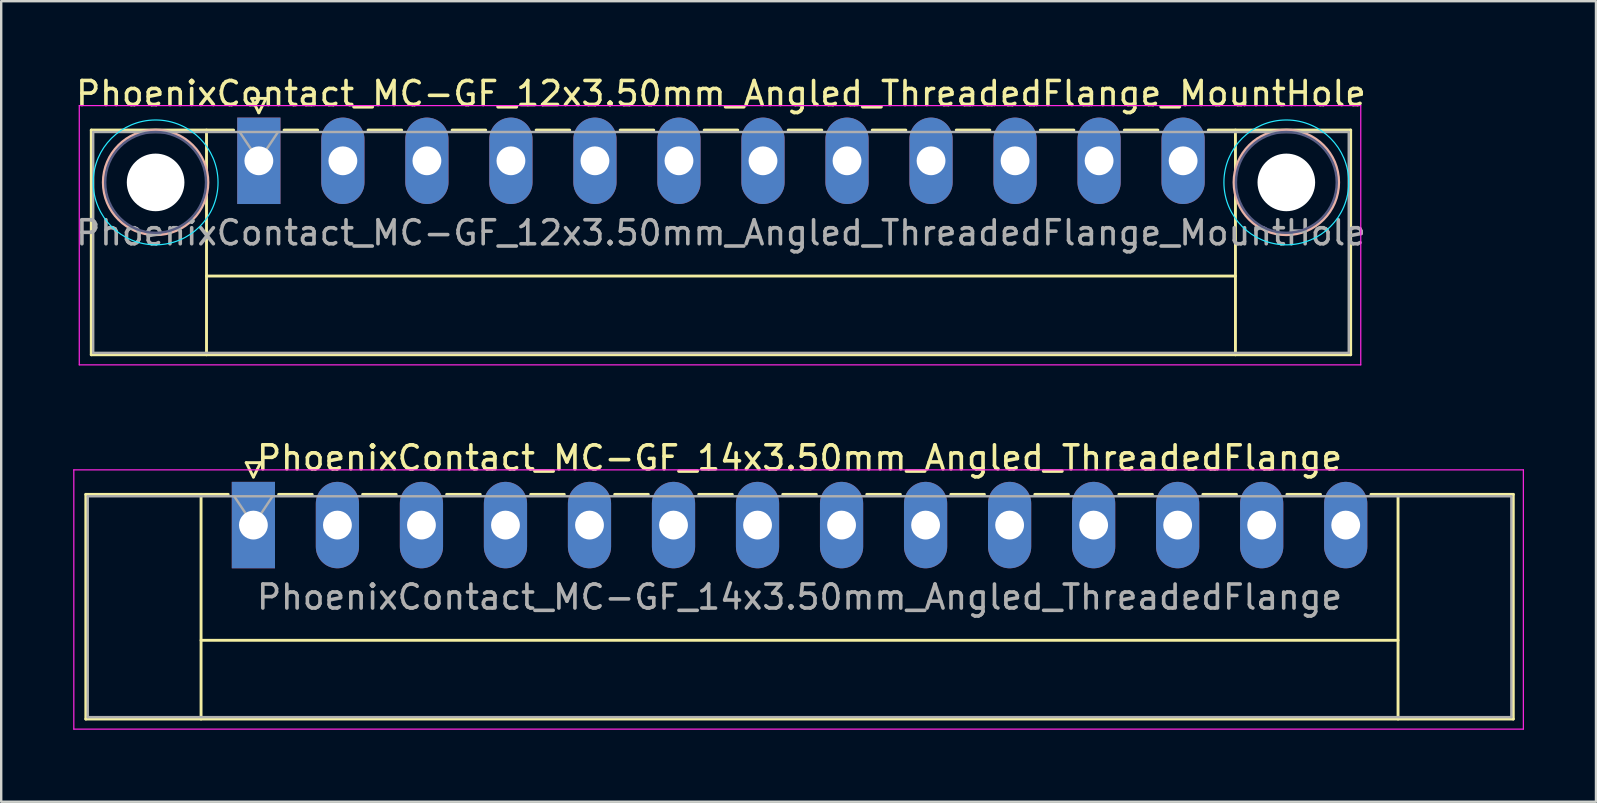
<source format=kicad_pcb>
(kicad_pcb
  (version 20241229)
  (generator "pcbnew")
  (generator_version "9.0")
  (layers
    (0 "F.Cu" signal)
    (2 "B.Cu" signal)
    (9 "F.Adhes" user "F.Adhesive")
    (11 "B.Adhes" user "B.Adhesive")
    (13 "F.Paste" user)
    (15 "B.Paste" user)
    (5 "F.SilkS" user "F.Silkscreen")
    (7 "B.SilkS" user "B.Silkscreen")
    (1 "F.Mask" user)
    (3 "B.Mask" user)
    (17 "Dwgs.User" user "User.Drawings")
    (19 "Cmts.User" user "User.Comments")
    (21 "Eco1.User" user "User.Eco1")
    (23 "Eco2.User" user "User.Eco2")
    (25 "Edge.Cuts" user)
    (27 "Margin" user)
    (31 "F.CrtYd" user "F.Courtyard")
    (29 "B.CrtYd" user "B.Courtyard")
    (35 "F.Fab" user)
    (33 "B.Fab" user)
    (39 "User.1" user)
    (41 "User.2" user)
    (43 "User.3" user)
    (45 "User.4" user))
  (footprint "PhoenixContact_MC-GF_12x3.50mm_Angled_ThreadedFlange_MountHole"
    (layer "F.Cu")
    (at 7.732 3.648)
    (property "Reference" "PhoenixContact_MC-GF_12x3.50mm_Angled_ThreadedFlange_MountHole" (at 19.25 -2.8 0) (layer "F.SilkS") (effects (font (size 1 1) (thickness 0.15))))
    (attr through_hole)
    (fp_line (start -6.98 -1.28) (end -6.98 8.08) (stroke (width 0.12) (type solid)) (layer "F.SilkS"))
    (fp_line (start -6.98 -1.28) (end -1.05 -1.28) (stroke (width 0.12) (type solid)) (layer "F.SilkS"))
    (fp_line (start -6.98 8.08) (end 45.48 8.08) (stroke (width 0.12) (type solid)) (layer "F.SilkS"))
    (fp_line (start -2.18 -1.28) (end -2.18 8.08) (stroke (width 0.12) (type solid)) (layer "F.SilkS"))
    (fp_line (start -2.18 4.8) (end 40.68 4.8) (stroke (width 0.12) (type solid)) (layer "F.SilkS"))
    (fp_line (start -0.3 -2.6) (end 0.3 -2.6) (stroke (width 0.12) (type solid)) (layer "F.SilkS"))
    (fp_line (start 0 -2) (end -0.3 -2.6) (stroke (width 0.12) (type solid)) (layer "F.SilkS"))
    (fp_line (start 0.3 -2.6) (end 0 -2) (stroke (width 0.12) (type solid)) (layer "F.SilkS"))
    (fp_line (start 1.05 -1.28) (end 2.45 -1.28) (stroke (width 0.12) (type solid)) (layer "F.SilkS"))
    (fp_line (start 4.55 -1.28) (end 5.95 -1.28) (stroke (width 0.12) (type solid)) (layer "F.SilkS"))
    (fp_line (start 8.05 -1.28) (end 9.45 -1.28) (stroke (width 0.12) (type solid)) (layer "F.SilkS"))
    (fp_line (start 11.55 -1.28) (end 12.95 -1.28) (stroke (width 0.12) (type solid)) (layer "F.SilkS"))
    (fp_line (start 15.05 -1.28) (end 16.45 -1.28) (stroke (width 0.12) (type solid)) (layer "F.SilkS"))
    (fp_line (start 18.55 -1.28) (end 19.95 -1.28) (stroke (width 0.12) (type solid)) (layer "F.SilkS"))
    (fp_line (start 22.05 -1.28) (end 23.45 -1.28) (stroke (width 0.12) (type solid)) (layer "F.SilkS"))
    (fp_line (start 25.55 -1.28) (end 26.95 -1.28) (stroke (width 0.12) (type solid)) (layer "F.SilkS"))
    (fp_line (start 29.05 -1.28) (end 30.45 -1.28) (stroke (width 0.12) (type solid)) (layer "F.SilkS"))
    (fp_line (start 32.55 -1.28) (end 33.95 -1.28) (stroke (width 0.12) (type solid)) (layer "F.SilkS"))
    (fp_line (start 36.05 -1.28) (end 37.45 -1.28) (stroke (width 0.12) (type solid)) (layer "F.SilkS"))
    (fp_line (start 40.68 -1.28) (end 40.68 8.08) (stroke (width 0.12) (type solid)) (layer "F.SilkS"))
    (fp_line (start 45.48 -1.28) (end 39.55 -1.28) (stroke (width 0.12) (type solid)) (layer "F.SilkS"))
    (fp_line (start 45.48 8.08) (end 45.48 -1.28) (stroke (width 0.12) (type solid)) (layer "F.SilkS"))
    (fp_circle (center -4.3 0.9) (end -2.12 0.9) (stroke (width 0.12) (type solid)) (fill no) (layer "B.SilkS"))
    (fp_circle (center 42.8 0.9) (end 44.98 0.9) (stroke (width 0.12) (type solid)) (fill no) (layer "B.SilkS"))
    (fp_circle (center -4.3 0.9) (end -1.7 0.9) (stroke (width 0.05) (type solid)) (fill no) (layer "B.CrtYd"))
    (fp_circle (center 42.8 0.9) (end 45.4 0.9) (stroke (width 0.05) (type solid)) (fill no) (layer "B.CrtYd"))
    (fp_line (start -7.48 -2.3) (end -7.48 8.5) (stroke (width 0.05) (type solid)) (layer "F.CrtYd"))
    (fp_line (start -7.48 8.5) (end 45.9 8.5) (stroke (width 0.05) (type solid)) (layer "F.CrtYd"))
    (fp_line (start 45.9 -2.3) (end -7.48 -2.3) (stroke (width 0.05) (type solid)) (layer "F.CrtYd"))
    (fp_line (start 45.9 8.5) (end 45.9 -2.3) (stroke (width 0.05) (type solid)) (layer "F.CrtYd"))
    (fp_circle (center -4.3 0.9) (end -2.2 0.9) (stroke (width 0.1) (type solid)) (fill no) (layer "B.Fab"))
    (fp_circle (center 42.8 0.9) (end 44.9 0.9) (stroke (width 0.1) (type solid)) (fill no) (layer "B.Fab"))
    (fp_line (start -6.9 -1.2) (end -6.9 8) (stroke (width 0.1) (type solid)) (layer "F.Fab"))
    (fp_line (start -6.9 8) (end 45.4 8) (stroke (width 0.1) (type solid)) (layer "F.Fab"))
    (fp_line (start 0 0) (end -0.8 -1.2) (stroke (width 0.1) (type solid)) (layer "F.Fab"))
    (fp_line (start 0.8 -1.2) (end 0 0) (stroke (width 0.1) (type solid)) (layer "F.Fab"))
    (fp_line (start 45.4 -1.2) (end -6.9 -1.2) (stroke (width 0.1) (type solid)) (layer "F.Fab"))
    (fp_line (start 45.4 8) (end 45.4 -1.2) (stroke (width 0.1) (type solid)) (layer "F.Fab"))
    (fp_text user "${REFERENCE}" (at 19.25 3 0) (layer "F.Fab") (effects (font (size 1 1) (thickness 0.15))))
    (pad "" np_thru_hole circle (at -4.3 0.9) (size 2.4 2.4) (drill 2.4) (layers "*.Cu" "*.Mask"))
    (pad "" np_thru_hole circle (at 42.8 0.9) (size 2.4 2.4) (drill 2.4) (layers "*.Cu" "*.Mask"))
    (pad "1" thru_hole rect (at 0 0) (size 1.8 3.6) (drill 1.2) (layers "*.Cu" "*.Mask"))
    (pad "2" thru_hole oval (at 3.5 0) (size 1.8 3.6) (drill 1.2) (layers "*.Cu" "*.Mask"))
    (pad "3" thru_hole oval (at 7 0) (size 1.8 3.6) (drill 1.2) (layers "*.Cu" "*.Mask"))
    (pad "4" thru_hole oval (at 10.5 0) (size 1.8 3.6) (drill 1.2) (layers "*.Cu" "*.Mask"))
    (pad "5" thru_hole oval (at 14 0) (size 1.8 3.6) (drill 1.2) (layers "*.Cu" "*.Mask"))
    (pad "6" thru_hole oval (at 17.5 0) (size 1.8 3.6) (drill 1.2) (layers "*.Cu" "*.Mask"))
    (pad "7" thru_hole oval (at 21 0) (size 1.8 3.6) (drill 1.2) (layers "*.Cu" "*.Mask"))
    (pad "8" thru_hole oval (at 24.5 0) (size 1.8 3.6) (drill 1.2) (layers "*.Cu" "*.Mask"))
    (pad "9" thru_hole oval (at 28 0) (size 1.8 3.6) (drill 1.2) (layers "*.Cu" "*.Mask"))
    (pad "10" thru_hole oval (at 31.5 0) (size 1.8 3.6) (drill 1.2) (layers "*.Cu" "*.Mask"))
    (pad "11" thru_hole oval (at 35 0) (size 1.8 3.6) (drill 1.2) (layers "*.Cu" "*.Mask"))
    (pad "12" thru_hole oval (at 38.5 0) (size 1.8 3.6) (drill 1.2) (layers "*.Cu" "*.Mask")))
  (footprint "PhoenixContact_MC-GF_14x3.50mm_Angled_ThreadedFlange"
    (layer "F.Cu")
    (at 7.505 18.822)
    (property "Reference" "PhoenixContact_MC-GF_14x3.50mm_Angled_ThreadedFlange" (at 22.75 -2.8 0) (layer "F.SilkS") (effects (font (size 1 1) (thickness 0.15))))
    (attr through_hole)
    (fp_line (start -6.98 -1.28) (end -6.98 8.08) (stroke (width 0.12) (type solid)) (layer "F.SilkS"))
    (fp_line (start -6.98 -1.28) (end -1.05 -1.28) (stroke (width 0.12) (type solid)) (layer "F.SilkS"))
    (fp_line (start -6.98 8.08) (end 52.48 8.08) (stroke (width 0.12) (type solid)) (layer "F.SilkS"))
    (fp_line (start -2.18 -1.28) (end -2.18 8.08) (stroke (width 0.12) (type solid)) (layer "F.SilkS"))
    (fp_line (start -2.18 4.8) (end 47.68 4.8) (stroke (width 0.12) (type solid)) (layer "F.SilkS"))
    (fp_line (start -0.3 -2.6) (end 0.3 -2.6) (stroke (width 0.12) (type solid)) (layer "F.SilkS"))
    (fp_line (start 0 -2) (end -0.3 -2.6) (stroke (width 0.12) (type solid)) (layer "F.SilkS"))
    (fp_line (start 0.3 -2.6) (end 0 -2) (stroke (width 0.12) (type solid)) (layer "F.SilkS"))
    (fp_line (start 1.05 -1.28) (end 2.45 -1.28) (stroke (width 0.12) (type solid)) (layer "F.SilkS"))
    (fp_line (start 4.55 -1.28) (end 5.95 -1.28) (stroke (width 0.12) (type solid)) (layer "F.SilkS"))
    (fp_line (start 8.05 -1.28) (end 9.45 -1.28) (stroke (width 0.12) (type solid)) (layer "F.SilkS"))
    (fp_line (start 11.55 -1.28) (end 12.95 -1.28) (stroke (width 0.12) (type solid)) (layer "F.SilkS"))
    (fp_line (start 15.05 -1.28) (end 16.45 -1.28) (stroke (width 0.12) (type solid)) (layer "F.SilkS"))
    (fp_line (start 18.55 -1.28) (end 19.95 -1.28) (stroke (width 0.12) (type solid)) (layer "F.SilkS"))
    (fp_line (start 22.05 -1.28) (end 23.45 -1.28) (stroke (width 0.12) (type solid)) (layer "F.SilkS"))
    (fp_line (start 25.55 -1.28) (end 26.95 -1.28) (stroke (width 0.12) (type solid)) (layer "F.SilkS"))
    (fp_line (start 29.05 -1.28) (end 30.45 -1.28) (stroke (width 0.12) (type solid)) (layer "F.SilkS"))
    (fp_line (start 32.55 -1.28) (end 33.95 -1.28) (stroke (width 0.12) (type solid)) (layer "F.SilkS"))
    (fp_line (start 36.05 -1.28) (end 37.45 -1.28) (stroke (width 0.12) (type solid)) (layer "F.SilkS"))
    (fp_line (start 39.55 -1.28) (end 40.95 -1.28) (stroke (width 0.12) (type solid)) (layer "F.SilkS"))
    (fp_line (start 43.05 -1.28) (end 44.45 -1.28) (stroke (width 0.12) (type solid)) (layer "F.SilkS"))
    (fp_line (start 47.68 -1.28) (end 47.68 8.08) (stroke (width 0.12) (type solid)) (layer "F.SilkS"))
    (fp_line (start 52.48 -1.28) (end 46.55 -1.28) (stroke (width 0.12) (type solid)) (layer "F.SilkS"))
    (fp_line (start 52.48 8.08) (end 52.48 -1.28) (stroke (width 0.12) (type solid)) (layer "F.SilkS"))
    (fp_line (start -7.48 -2.3) (end -7.48 8.5) (stroke (width 0.05) (type solid)) (layer "F.CrtYd"))
    (fp_line (start -7.48 8.5) (end 52.9 8.5) (stroke (width 0.05) (type solid)) (layer "F.CrtYd"))
    (fp_line (start 52.9 -2.3) (end -7.48 -2.3) (stroke (width 0.05) (type solid)) (layer "F.CrtYd"))
    (fp_line (start 52.9 8.5) (end 52.9 -2.3) (stroke (width 0.05) (type solid)) (layer "F.CrtYd"))
    (fp_line (start -6.9 -1.2) (end -6.9 8) (stroke (width 0.1) (type solid)) (layer "F.Fab"))
    (fp_line (start -6.9 8) (end 52.4 8) (stroke (width 0.1) (type solid)) (layer "F.Fab"))
    (fp_line (start 0 0) (end -0.8 -1.2) (stroke (width 0.1) (type solid)) (layer "F.Fab"))
    (fp_line (start 0.8 -1.2) (end 0 0) (stroke (width 0.1) (type solid)) (layer "F.Fab"))
    (fp_line (start 52.4 -1.2) (end -6.9 -1.2) (stroke (width 0.1) (type solid)) (layer "F.Fab"))
    (fp_line (start 52.4 8) (end 52.4 -1.2) (stroke (width 0.1) (type solid)) (layer "F.Fab"))
    (fp_text user "${REFERENCE}" (at 22.75 3 0) (layer "F.Fab") (effects (font (size 1 1) (thickness 0.15))))
    (pad "1" thru_hole rect (at 0 0) (size 1.8 3.6) (drill 1.2) (layers "*.Cu" "*.Mask"))
    (pad "2" thru_hole oval (at 3.5 0) (size 1.8 3.6) (drill 1.2) (layers "*.Cu" "*.Mask"))
    (pad "3" thru_hole oval (at 7 0) (size 1.8 3.6) (drill 1.2) (layers "*.Cu" "*.Mask"))
    (pad "4" thru_hole oval (at 10.5 0) (size 1.8 3.6) (drill 1.2) (layers "*.Cu" "*.Mask"))
    (pad "5" thru_hole oval (at 14 0) (size 1.8 3.6) (drill 1.2) (layers "*.Cu" "*.Mask"))
    (pad "6" thru_hole oval (at 17.5 0) (size 1.8 3.6) (drill 1.2) (layers "*.Cu" "*.Mask"))
    (pad "7" thru_hole oval (at 21 0) (size 1.8 3.6) (drill 1.2) (layers "*.Cu" "*.Mask"))
    (pad "8" thru_hole oval (at 24.5 0) (size 1.8 3.6) (drill 1.2) (layers "*.Cu" "*.Mask"))
    (pad "9" thru_hole oval (at 28 0) (size 1.8 3.6) (drill 1.2) (layers "*.Cu" "*.Mask"))
    (pad "10" thru_hole oval (at 31.5 0) (size 1.8 3.6) (drill 1.2) (layers "*.Cu" "*.Mask"))
    (pad "11" thru_hole oval (at 35 0) (size 1.8 3.6) (drill 1.2) (layers "*.Cu" "*.Mask"))
    (pad "12" thru_hole oval (at 38.5 0) (size 1.8 3.6) (drill 1.2) (layers "*.Cu" "*.Mask"))
    (pad "13" thru_hole oval (at 42 0) (size 1.8 3.6) (drill 1.2) (layers "*.Cu" "*.Mask"))
    (pad "14" thru_hole oval (at 45.5 0) (size 1.8 3.6) (drill 1.2) (layers "*.Cu" "*.Mask")))
  (gr_rect
    (start -3 -3)
    (end 63.43 30.346)
    (stroke (width 0.1) (type default))
    (fill no)
    (layer "Edge.Cuts")))
</source>
